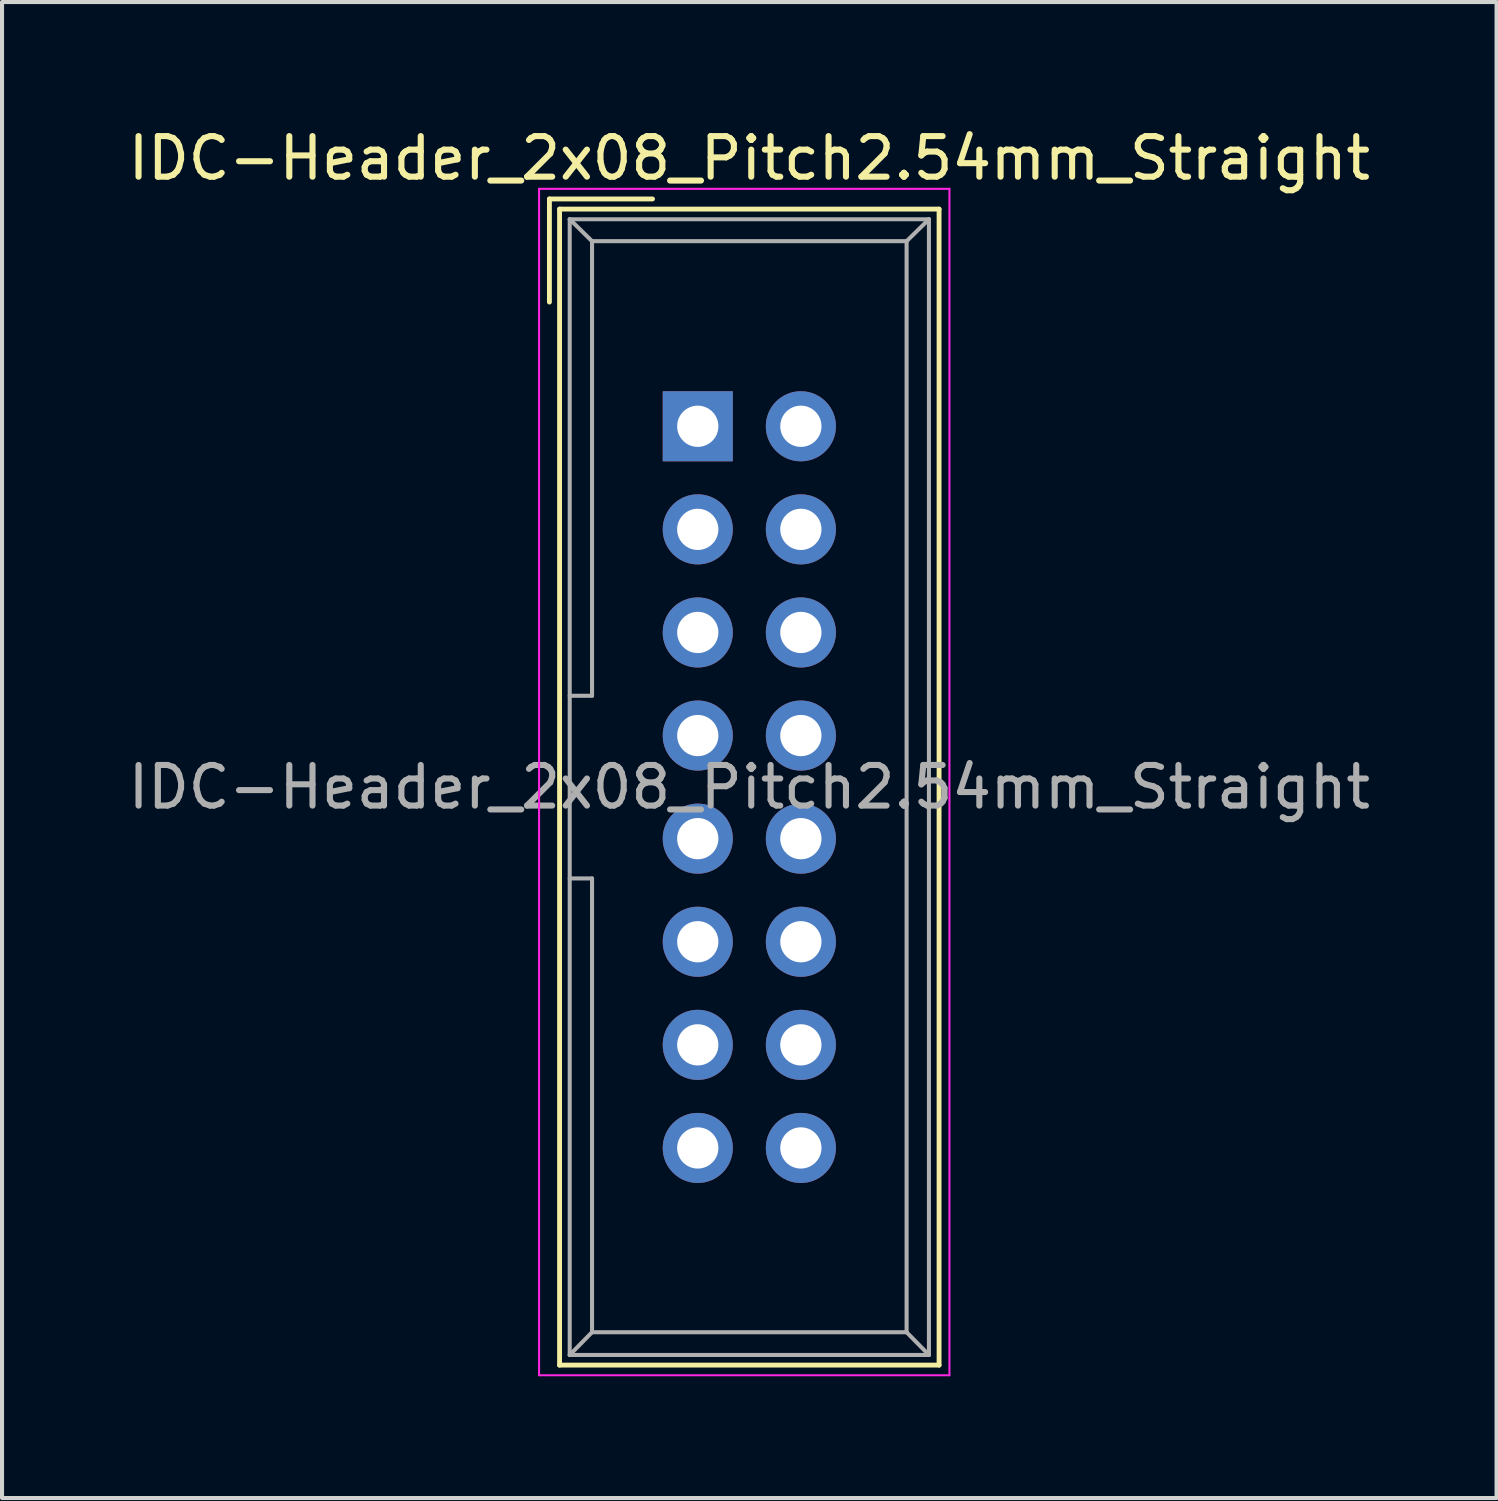
<source format=kicad_pcb>
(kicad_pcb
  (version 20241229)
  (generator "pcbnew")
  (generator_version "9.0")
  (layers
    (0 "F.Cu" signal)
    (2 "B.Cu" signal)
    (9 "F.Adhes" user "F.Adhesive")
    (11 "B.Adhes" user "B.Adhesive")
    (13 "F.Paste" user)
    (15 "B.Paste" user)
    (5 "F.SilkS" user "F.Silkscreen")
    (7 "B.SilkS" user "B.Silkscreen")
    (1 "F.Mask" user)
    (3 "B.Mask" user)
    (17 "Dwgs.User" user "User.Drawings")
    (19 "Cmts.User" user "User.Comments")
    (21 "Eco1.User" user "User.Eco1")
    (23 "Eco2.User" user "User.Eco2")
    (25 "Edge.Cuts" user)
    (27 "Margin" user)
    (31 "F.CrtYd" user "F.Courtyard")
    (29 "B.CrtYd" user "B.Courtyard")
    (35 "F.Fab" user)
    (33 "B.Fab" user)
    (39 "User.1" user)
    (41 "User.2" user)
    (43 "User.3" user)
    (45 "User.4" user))
  (footprint "IDC-Header_2x08_Pitch2.54mm_Straight"
    (layer "F.Cu")
    (at 14.141 7.452)
    (property "Reference" "IDC-Header_2x08_Pitch2.54mm_Straight" (at 1.27 -6.604 0) (layer "F.SilkS") (effects (font (size 1 1) (thickness 0.15))))
    (attr through_hole)
    (fp_line (start -3.655 -5.6) (end -3.655 -3.06) (stroke (width 0.12) (type solid)) (layer "F.SilkS"))
    (fp_line (start -3.655 -5.6) (end -1.115 -5.6) (stroke (width 0.12) (type solid)) (layer "F.SilkS"))
    (fp_line (start -3.405 -5.35) (end 5.945 -5.35) (stroke (width 0.12) (type solid)) (layer "F.SilkS"))
    (fp_line (start -3.405 23.13) (end -3.405 -5.35) (stroke (width 0.12) (type solid)) (layer "F.SilkS"))
    (fp_line (start 5.945 -5.35) (end 5.945 23.13) (stroke (width 0.12) (type solid)) (layer "F.SilkS"))
    (fp_line (start 5.945 23.13) (end -3.405 23.13) (stroke (width 0.12) (type solid)) (layer "F.SilkS"))
    (fp_line (start -3.91 -5.85) (end 6.2 -5.85) (stroke (width 0.05) (type solid)) (layer "F.CrtYd"))
    (fp_line (start -3.91 23.38) (end -3.91 -5.85) (stroke (width 0.05) (type solid)) (layer "F.CrtYd"))
    (fp_line (start 6.2 -5.85) (end 6.2 23.38) (stroke (width 0.05) (type solid)) (layer "F.CrtYd"))
    (fp_line (start 6.2 23.38) (end -3.91 23.38) (stroke (width 0.05) (type solid)) (layer "F.CrtYd"))
    (fp_line (start -3.155 -5.1) (end -3.155 22.88) (stroke (width 0.1) (type solid)) (layer "F.Fab"))
    (fp_line (start -3.155 -5.1) (end -2.605 -4.56) (stroke (width 0.1) (type solid)) (layer "F.Fab"))
    (fp_line (start -3.155 22.88) (end -2.605 22.32) (stroke (width 0.1) (type solid)) (layer "F.Fab"))
    (fp_line (start -2.605 -4.56) (end -2.605 6.64) (stroke (width 0.1) (type solid)) (layer "F.Fab"))
    (fp_line (start -2.605 6.64) (end -3.155 6.64) (stroke (width 0.1) (type solid)) (layer "F.Fab"))
    (fp_line (start -2.605 11.14) (end -3.155 11.14) (stroke (width 0.1) (type solid)) (layer "F.Fab"))
    (fp_line (start -2.605 11.14) (end -2.605 22.32) (stroke (width 0.1) (type solid)) (layer "F.Fab"))
    (fp_line (start 5.145 -4.56) (end -2.605 -4.56) (stroke (width 0.1) (type solid)) (layer "F.Fab"))
    (fp_line (start 5.145 -4.56) (end 5.145 22.32) (stroke (width 0.1) (type solid)) (layer "F.Fab"))
    (fp_line (start 5.145 22.32) (end -2.605 22.32) (stroke (width 0.1) (type solid)) (layer "F.Fab"))
    (fp_line (start 5.695 -5.1) (end -3.155 -5.1) (stroke (width 0.1) (type solid)) (layer "F.Fab"))
    (fp_line (start 5.695 -5.1) (end 5.145 -4.56) (stroke (width 0.1) (type solid)) (layer "F.Fab"))
    (fp_line (start 5.695 -5.1) (end 5.695 22.88) (stroke (width 0.1) (type solid)) (layer "F.Fab"))
    (fp_line (start 5.695 22.88) (end -3.155 22.88) (stroke (width 0.1) (type solid)) (layer "F.Fab"))
    (fp_line (start 5.695 22.88) (end 5.145 22.32) (stroke (width 0.1) (type solid)) (layer "F.Fab"))
    (fp_text user "${REFERENCE}" (at 1.27 8.89 0) (layer "F.Fab") (effects (font (size 1 1) (thickness 0.15))))
    (pad "1" thru_hole rect (at 0 0) (size 1.727 1.727) (drill 1.016) (layers "*.Cu" "*.Mask"))
    (pad "2" thru_hole oval (at 2.54 0) (size 1.727 1.727) (drill 1.016) (layers "*.Cu" "*.Mask"))
    (pad "3" thru_hole oval (at 0 2.54) (size 1.727 1.727) (drill 1.016) (layers "*.Cu" "*.Mask"))
    (pad "4" thru_hole oval (at 2.54 2.54) (size 1.727 1.727) (drill 1.016) (layers "*.Cu" "*.Mask"))
    (pad "5" thru_hole oval (at 0 5.08) (size 1.727 1.727) (drill 1.016) (layers "*.Cu" "*.Mask"))
    (pad "6" thru_hole oval (at 2.54 5.08) (size 1.727 1.727) (drill 1.016) (layers "*.Cu" "*.Mask"))
    (pad "7" thru_hole oval (at 0 7.62) (size 1.727 1.727) (drill 1.016) (layers "*.Cu" "*.Mask"))
    (pad "8" thru_hole oval (at 2.54 7.62) (size 1.727 1.727) (drill 1.016) (layers "*.Cu" "*.Mask"))
    (pad "9" thru_hole oval (at 0 10.16) (size 1.727 1.727) (drill 1.016) (layers "*.Cu" "*.Mask"))
    (pad "10" thru_hole oval (at 2.54 10.16) (size 1.727 1.727) (drill 1.016) (layers "*.Cu" "*.Mask"))
    (pad "11" thru_hole oval (at 0 12.7) (size 1.727 1.727) (drill 1.016) (layers "*.Cu" "*.Mask"))
    (pad "12" thru_hole oval (at 2.54 12.7) (size 1.727 1.727) (drill 1.016) (layers "*.Cu" "*.Mask"))
    (pad "13" thru_hole oval (at 0 15.24) (size 1.727 1.727) (drill 1.016) (layers "*.Cu" "*.Mask"))
    (pad "14" thru_hole oval (at 2.54 15.24) (size 1.727 1.727) (drill 1.016) (layers "*.Cu" "*.Mask"))
    (pad "15" thru_hole oval (at 0 17.78) (size 1.727 1.727) (drill 1.016) (layers "*.Cu" "*.Mask"))
    (pad "16" thru_hole oval (at 2.54 17.78) (size 1.727 1.727) (drill 1.016) (layers "*.Cu" "*.Mask")))
  (gr_rect
    (start -3 -3)
    (end 33.821 33.857)
    (stroke (width 0.1) (type default))
    (fill no)
    (layer "Edge.Cuts")))
</source>
